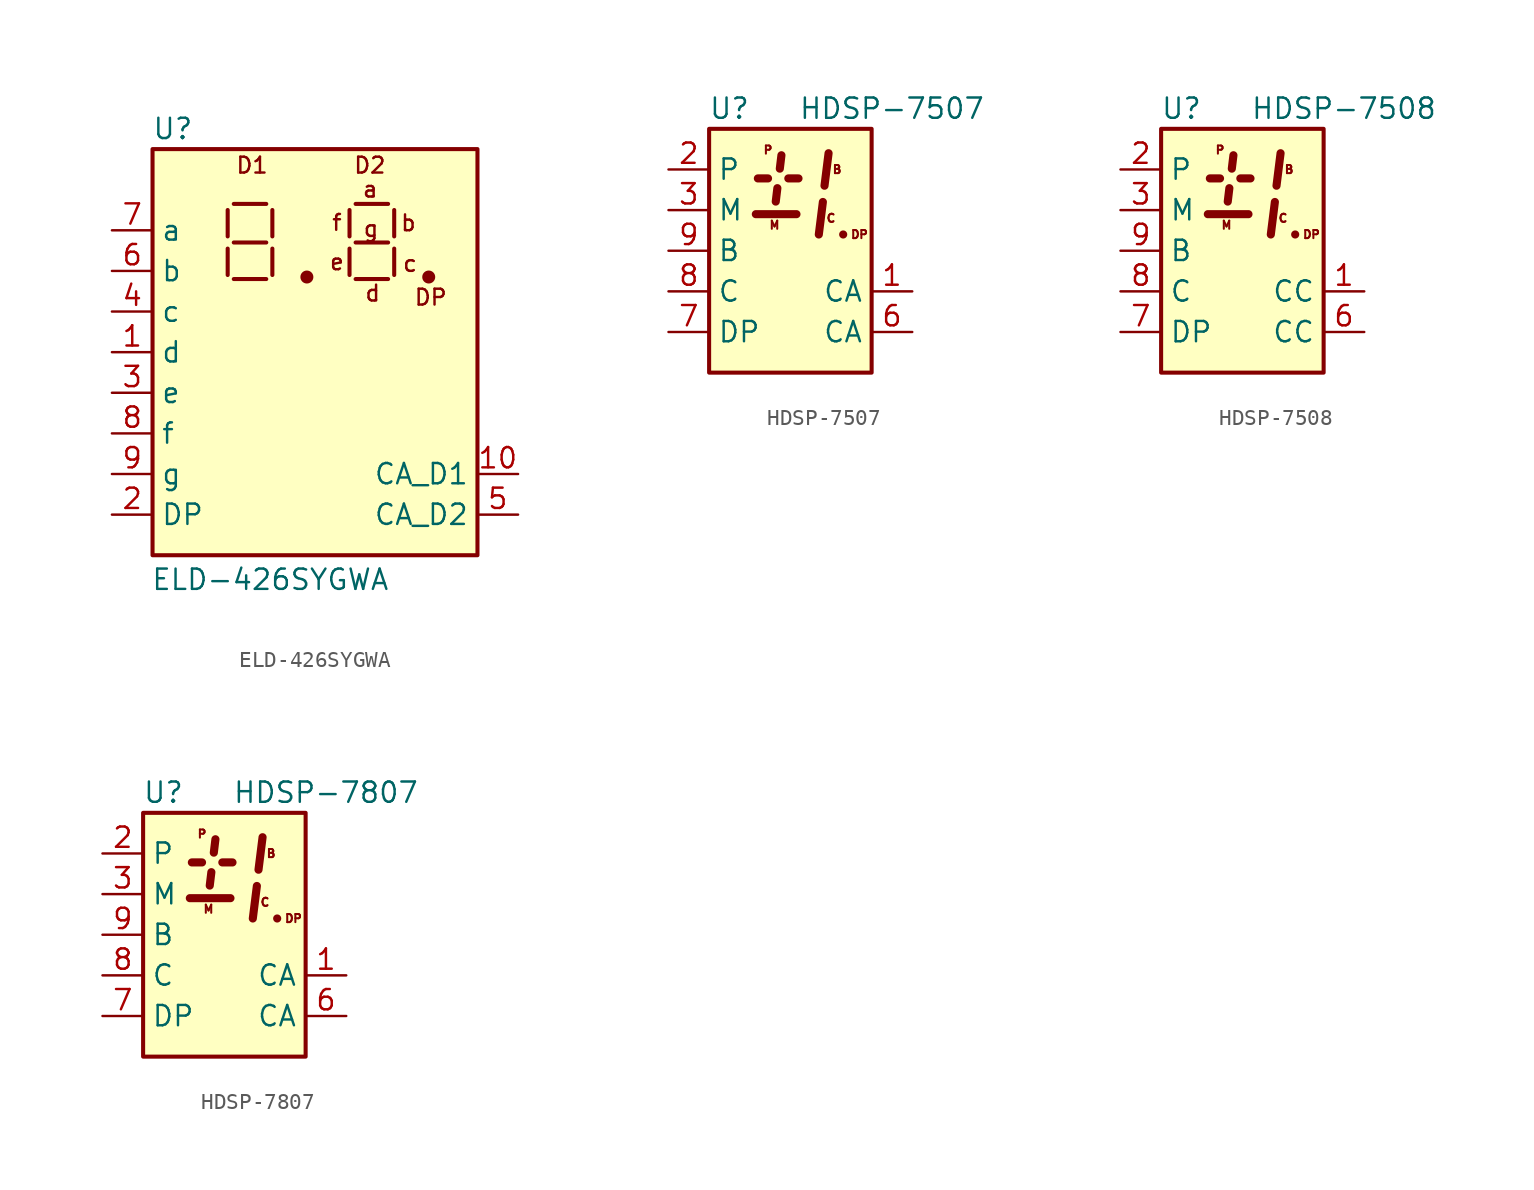
<source format=kicad_sym>
(kicad_symbol_lib
  (version 20200908)
  (generator kicad_symbol_editor)
  (symbol "Display_Character:ELD-426SYGWA"
    (property "Reference" "U"
      (at -8.89 13.97 0)
      (effects (font (size 1.27 1.27))))
    (property "Value" "ELD-426SYGWA"
      (at -2.794 -14.224 0)
      (effects (font (size 1.27 1.27))))
    (symbol "ELD-426SYGWA_0_1"
      (circle (center -0.508 4.699) (radius 0.279) (stroke (width 0.254)) (fill (type outline)))
      (circle (center 7.112 4.699) (radius 0.279) (stroke (width 0.254)) (fill (type outline)))
      (rectangle (start -10.16 12.7) (end 10.16 -12.7) (stroke (width 0.254)) (fill (type background)))
      (polyline (pts (xy -5.461 4.826) (xy -5.461 6.477)) (stroke (width 0.254)) (fill (type none)))
      (polyline (pts (xy -5.461 7.239) (xy -5.461 8.89)) (stroke (width 0.254)) (fill (type none)))
      (polyline (pts (xy -5.08 4.572) (xy -3.048 4.572)) (stroke (width 0.254)) (fill (type none)))
      (polyline (pts (xy -5.08 6.858) (xy -3.048 6.858)) (stroke (width 0.254)) (fill (type none)))
      (polyline (pts (xy -5.08 9.271) (xy -3.048 9.271)) (stroke (width 0.254)) (fill (type none)))
      (polyline (pts (xy -2.667 4.826) (xy -2.667 6.477)) (stroke (width 0.254)) (fill (type none)))
      (polyline (pts (xy -2.667 7.239) (xy -2.667 8.89)) (stroke (width 0.254)) (fill (type none)))
      (polyline (pts (xy 2.159 4.826) (xy 2.159 6.477)) (stroke (width 0.254)) (fill (type none)))
      (polyline (pts (xy 2.159 7.239) (xy 2.159 8.89)) (stroke (width 0.254)) (fill (type none)))
      (polyline (pts (xy 2.54 4.572) (xy 4.572 4.572)) (stroke (width 0.254)) (fill (type none)))
      (polyline (pts (xy 2.54 6.858) (xy 4.572 6.858)) (stroke (width 0.254)) (fill (type none)))
      (polyline (pts (xy 2.54 9.271) (xy 4.572 9.271)) (stroke (width 0.254)) (fill (type none)))
      (polyline (pts (xy 4.953 4.826) (xy 4.953 6.477)) (stroke (width 0.254)) (fill (type none)))
      (polyline (pts (xy 4.953 7.239) (xy 4.953 8.89)) (stroke (width 0.254)) (fill (type none))))
    (symbol "ELD-426SYGWA_0_0"
      (text "a" (at 3.454 10.185 0) (effects (font (size 0.991 0.991))))
      (text "b" (at 5.842 8.077 0) (effects (font (size 0.991 0.991))))
      (text "c" (at 5.944 5.537 0) (effects (font (size 0.991 0.991))))
      (text "d" (at 3.607 3.683 0) (effects (font (size 0.991 0.991))))
      (text "D1" (at -3.937 11.684 0) (effects (font (size 0.991 0.991))))
      (text "D2" (at 3.429 11.684 0) (effects (font (size 0.991 0.991))))
      (text "DP" (at 7.239 3.429 0) (effects (font (size 0.991 0.991))))
      (text "e" (at 1.372 5.639 0) (effects (font (size 0.991 0.991))))
      (text "f" (at 1.372 8.103 0) (effects (font (size 0.991 0.991))))
      (text "g" (at 3.505 7.722 0) (effects (font (size 0.991 0.991)))))
    (symbol "ELD-426SYGWA_1_1"
      (pin input line (at -12.7 0 0) (length 2.54) (name "d" (effects (font (size 1.27 1.27)))) (number "1" (effects (font (size 1.27 1.27)))))
      (pin input line (at 12.7 -7.62 180) (length 2.54) (name "CA_D1" (effects (font (size 1.27 1.27)))) (number "10" (effects (font (size 1.27 1.27)))))
      (pin input line (at -12.7 -10.16 0) (length 2.54) (name "DP" (effects (font (size 1.27 1.27)))) (number "2" (effects (font (size 1.27 1.27)))))
      (pin input line (at -12.7 -2.54 0) (length 2.54) (name "e" (effects (font (size 1.27 1.27)))) (number "3" (effects (font (size 1.27 1.27)))))
      (pin input line (at -12.7 2.54 0) (length 2.54) (name "c" (effects (font (size 1.27 1.27)))) (number "4" (effects (font (size 1.27 1.27)))))
      (pin input line (at 12.7 -10.16 180) (length 2.54) (name "CA_D2" (effects (font (size 1.27 1.27)))) (number "5" (effects (font (size 1.27 1.27)))))
      (pin input line (at -12.7 5.08 0) (length 2.54) (name "b" (effects (font (size 1.27 1.27)))) (number "6" (effects (font (size 1.27 1.27)))))
      (pin input line (at -12.7 7.62 0) (length 2.54) (name "a" (effects (font (size 1.27 1.27)))) (number "7" (effects (font (size 1.27 1.27)))))
      (pin input line (at -12.7 -5.08 0) (length 2.54) (name "f" (effects (font (size 1.27 1.27)))) (number "8" (effects (font (size 1.27 1.27)))))
      (pin input line (at -12.7 -7.62 0) (length 2.54) (name "g" (effects (font (size 1.27 1.27)))) (number "9" (effects (font (size 1.27 1.27)))))))
  (symbol "Display_Character:HDSP-7507"
    (property "Reference" "U"
      (at -3.81 8.89 0)
      (effects (font (size 1.27 1.27))))
    (property "Value" "HDSP-7507"
      (at 6.35 8.89 0)
      (effects (font (size 1.27 1.27))))
    (symbol "HDSP-7507_1_0"
      (text "B" (at 2.921 5.08 0) (effects (font (size 0.508 0.508))))
      (text "C" (at 2.54 2.032 0) (effects (font (size 0.508 0.508))))
      (text "DP" (at 4.318 1.016 0) (effects (font (size 0.508 0.508))))
      (text "M" (at -0.991 1.6 0) (effects (font (size 0.508 0.508))))
      (text "P" (at -1.397 6.299 0) (effects (font (size 0.508 0.508)))))
    (symbol "HDSP-7507_1_1"
      (rectangle (start -5.08 7.62) (end 5.08 -7.62) (stroke (width 0.254)) (fill (type background)))
      (polyline (pts (xy -2.032 4.521) (xy -1.397 4.521)) (stroke (width 0.508)) (fill (type none)))
      (polyline (pts (xy -0.914 3.073) (xy -0.813 3.912)) (stroke (width 0.508)) (fill (type none)))
      (polyline (pts (xy -0.559 5.969) (xy -0.66 5.131)) (stroke (width 0.508)) (fill (type none)))
      (polyline (pts (xy -0.127 4.521) (xy 0.508 4.521)) (stroke (width 0.508)) (fill (type none)))
      (polyline (pts (xy 2.032 3.048) (xy 1.778 1.016)) (stroke (width 0.508)) (fill (type none)))
      (polyline (pts (xy 2.388 6.096) (xy 2.134 4.064)) (stroke (width 0.508)) (fill (type none)))
      (polyline (pts (xy 3.302 1.016) (xy 3.302 1.016)) (stroke (width 0.508)) (fill (type none)))
      (pin input line (at 7.62 -2.54 180) (length 2.54) (name "CA" (effects (font (size 1.27 1.27)))) (number "1" (effects (font (size 1.27 1.27)))))
      (pin unconnected line (at 0 -7.62 90) (length 2.54) hide (name "NC" (effects (font (size 1.27 1.27)))) (number "10" (effects (font (size 1.27 1.27)))))
      (pin input line (at -7.62 5.08 0) (length 2.54) (name "P" (effects (font (size 1.27 1.27)))) (number "2" (effects (font (size 1.27 1.27)))))
      (pin input line (at -7.62 2.54 0) (length 2.54) (name "M" (effects (font (size 1.27 1.27)))) (number "3" (effects (font (size 1.27 1.27)))))
      (pin unconnected line (at 5.08 5.08 180) (length 2.54) hide (name "NC" (effects (font (size 1.27 1.27)))) (number "4" (effects (font (size 1.27 1.27)))))
      (pin unconnected line (at 5.08 2.54 180) (length 2.54) hide (name "NC" (effects (font (size 1.27 1.27)))) (number "5" (effects (font (size 1.27 1.27)))))
      (pin input line (at 7.62 -5.08 180) (length 2.54) (name "CA" (effects (font (size 1.27 1.27)))) (number "6" (effects (font (size 1.27 1.27)))))
      (pin input line (at -7.62 -5.08 0) (length 2.54) (name "DP" (effects (font (size 1.27 1.27)))) (number "7" (effects (font (size 1.27 1.27)))))
      (pin input line (at -7.62 -2.54 0) (length 2.54) (name "C" (effects (font (size 1.27 1.27)))) (number "8" (effects (font (size 1.27 1.27)))))
      (pin input line (at -7.62 0 0) (length 2.54) (name "B" (effects (font (size 1.27 1.27)))) (number "9" (effects (font (size 1.27 1.27))))))
    (symbol "HDSP-7507_0_1"
      (polyline (pts (xy -2.159 2.286) (xy 0.381 2.286)) (stroke (width 0.508)) (fill (type none)))))
  (symbol "Display_Character:HDSP-7508"
    (property "Reference" "U"
      (at -3.81 8.89 0)
      (effects (font (size 1.27 1.27))))
    (property "Value" "HDSP-7508"
      (at 6.35 8.89 0)
      (effects (font (size 1.27 1.27))))
    (symbol "HDSP-7508_1_0"
      (text "B" (at 2.921 5.08 0) (effects (font (size 0.508 0.508))))
      (text "C" (at 2.54 2.032 0) (effects (font (size 0.508 0.508))))
      (text "DP" (at 4.318 1.016 0) (effects (font (size 0.508 0.508))))
      (text "M" (at -0.991 1.6 0) (effects (font (size 0.508 0.508))))
      (text "P" (at -1.397 6.299 0) (effects (font (size 0.508 0.508)))))
    (symbol "HDSP-7508_1_1"
      (rectangle (start -5.08 7.62) (end 5.08 -7.62) (stroke (width 0.254)) (fill (type background)))
      (polyline (pts (xy -2.032 4.521) (xy -1.397 4.521)) (stroke (width 0.508)) (fill (type none)))
      (polyline (pts (xy -0.914 3.073) (xy -0.813 3.912)) (stroke (width 0.508)) (fill (type none)))
      (polyline (pts (xy -0.559 5.969) (xy -0.66 5.131)) (stroke (width 0.508)) (fill (type none)))
      (polyline (pts (xy -0.127 4.521) (xy 0.508 4.521)) (stroke (width 0.508)) (fill (type none)))
      (polyline (pts (xy 2.032 3.048) (xy 1.778 1.016)) (stroke (width 0.508)) (fill (type none)))
      (polyline (pts (xy 2.388 6.096) (xy 2.134 4.064)) (stroke (width 0.508)) (fill (type none)))
      (polyline (pts (xy 3.302 1.016) (xy 3.302 1.016)) (stroke (width 0.508)) (fill (type none)))
      (pin input line (at 7.62 -2.54 180) (length 2.54) (name "CC" (effects (font (size 1.27 1.27)))) (number "1" (effects (font (size 1.27 1.27)))))
      (pin unconnected line (at 0 -7.62 90) (length 2.54) hide (name "NC" (effects (font (size 1.27 1.27)))) (number "10" (effects (font (size 1.27 1.27)))))
      (pin input line (at -7.62 5.08 0) (length 2.54) (name "P" (effects (font (size 1.27 1.27)))) (number "2" (effects (font (size 1.27 1.27)))))
      (pin input line (at -7.62 2.54 0) (length 2.54) (name "M" (effects (font (size 1.27 1.27)))) (number "3" (effects (font (size 1.27 1.27)))))
      (pin unconnected line (at 5.08 5.08 180) (length 2.54) hide (name "NC" (effects (font (size 1.27 1.27)))) (number "4" (effects (font (size 1.27 1.27)))))
      (pin unconnected line (at 5.08 2.54 180) (length 2.54) hide (name "NC" (effects (font (size 1.27 1.27)))) (number "5" (effects (font (size 1.27 1.27)))))
      (pin input line (at 7.62 -5.08 180) (length 2.54) (name "CC" (effects (font (size 1.27 1.27)))) (number "6" (effects (font (size 1.27 1.27)))))
      (pin input line (at -7.62 -5.08 0) (length 2.54) (name "DP" (effects (font (size 1.27 1.27)))) (number "7" (effects (font (size 1.27 1.27)))))
      (pin input line (at -7.62 -2.54 0) (length 2.54) (name "C" (effects (font (size 1.27 1.27)))) (number "8" (effects (font (size 1.27 1.27)))))
      (pin input line (at -7.62 0 0) (length 2.54) (name "B" (effects (font (size 1.27 1.27)))) (number "9" (effects (font (size 1.27 1.27))))))
    (symbol "HDSP-7508_0_1"
      (polyline (pts (xy -2.159 2.286) (xy 0.381 2.286)) (stroke (width 0.508)) (fill (type none)))))
  (symbol "Display_Character:HDSP-7807"
    (property "Reference" "U"
      (at -3.81 8.89 0)
      (effects (font (size 1.27 1.27))))
    (property "Value" "HDSP-7807"
      (at 6.35 8.89 0)
      (effects (font (size 1.27 1.27))))
    (symbol "HDSP-7807_1_0"
      (text "B" (at 2.921 5.08 0) (effects (font (size 0.508 0.508))))
      (text "C" (at 2.54 2.032 0) (effects (font (size 0.508 0.508))))
      (text "DP" (at 4.318 1.016 0) (effects (font (size 0.508 0.508))))
      (text "M" (at -0.991 1.6 0) (effects (font (size 0.508 0.508))))
      (text "P" (at -1.397 6.299 0) (effects (font (size 0.508 0.508)))))
    (symbol "HDSP-7807_1_1"
      (rectangle (start -5.08 7.62) (end 5.08 -7.62) (stroke (width 0.254)) (fill (type background)))
      (polyline (pts (xy -2.032 4.521) (xy -1.397 4.521)) (stroke (width 0.508)) (fill (type none)))
      (polyline (pts (xy -0.914 3.073) (xy -0.813 3.912)) (stroke (width 0.508)) (fill (type none)))
      (polyline (pts (xy -0.559 5.969) (xy -0.66 5.131)) (stroke (width 0.508)) (fill (type none)))
      (polyline (pts (xy -0.127 4.521) (xy 0.508 4.521)) (stroke (width 0.508)) (fill (type none)))
      (polyline (pts (xy 2.032 3.048) (xy 1.778 1.016)) (stroke (width 0.508)) (fill (type none)))
      (polyline (pts (xy 2.388 6.096) (xy 2.134 4.064)) (stroke (width 0.508)) (fill (type none)))
      (polyline (pts (xy 3.302 1.016) (xy 3.302 1.016)) (stroke (width 0.508)) (fill (type none)))
      (pin input line (at 7.62 -2.54 180) (length 2.54) (name "CA" (effects (font (size 1.27 1.27)))) (number "1" (effects (font (size 1.27 1.27)))))
      (pin unconnected line (at 0 -7.62 90) (length 2.54) hide (name "NC" (effects (font (size 1.27 1.27)))) (number "10" (effects (font (size 1.27 1.27)))))
      (pin input line (at -7.62 5.08 0) (length 2.54) (name "P" (effects (font (size 1.27 1.27)))) (number "2" (effects (font (size 1.27 1.27)))))
      (pin input line (at -7.62 2.54 0) (length 2.54) (name "M" (effects (font (size 1.27 1.27)))) (number "3" (effects (font (size 1.27 1.27)))))
      (pin unconnected line (at 5.08 5.08 180) (length 2.54) hide (name "NC" (effects (font (size 1.27 1.27)))) (number "4" (effects (font (size 1.27 1.27)))))
      (pin unconnected line (at 5.08 2.54 180) (length 2.54) hide (name "NC" (effects (font (size 1.27 1.27)))) (number "5" (effects (font (size 1.27 1.27)))))
      (pin input line (at 7.62 -5.08 180) (length 2.54) (name "CA" (effects (font (size 1.27 1.27)))) (number "6" (effects (font (size 1.27 1.27)))))
      (pin input line (at -7.62 -5.08 0) (length 2.54) (name "DP" (effects (font (size 1.27 1.27)))) (number "7" (effects (font (size 1.27 1.27)))))
      (pin input line (at -7.62 -2.54 0) (length 2.54) (name "C" (effects (font (size 1.27 1.27)))) (number "8" (effects (font (size 1.27 1.27)))))
      (pin input line (at -7.62 0 0) (length 2.54) (name "B" (effects (font (size 1.27 1.27)))) (number "9" (effects (font (size 1.27 1.27))))))
    (symbol "HDSP-7807_0_1"
      (polyline (pts (xy -2.159 2.286) (xy 0.381 2.286)) (stroke (width 0.508)) (fill (type none))))))
</source>
